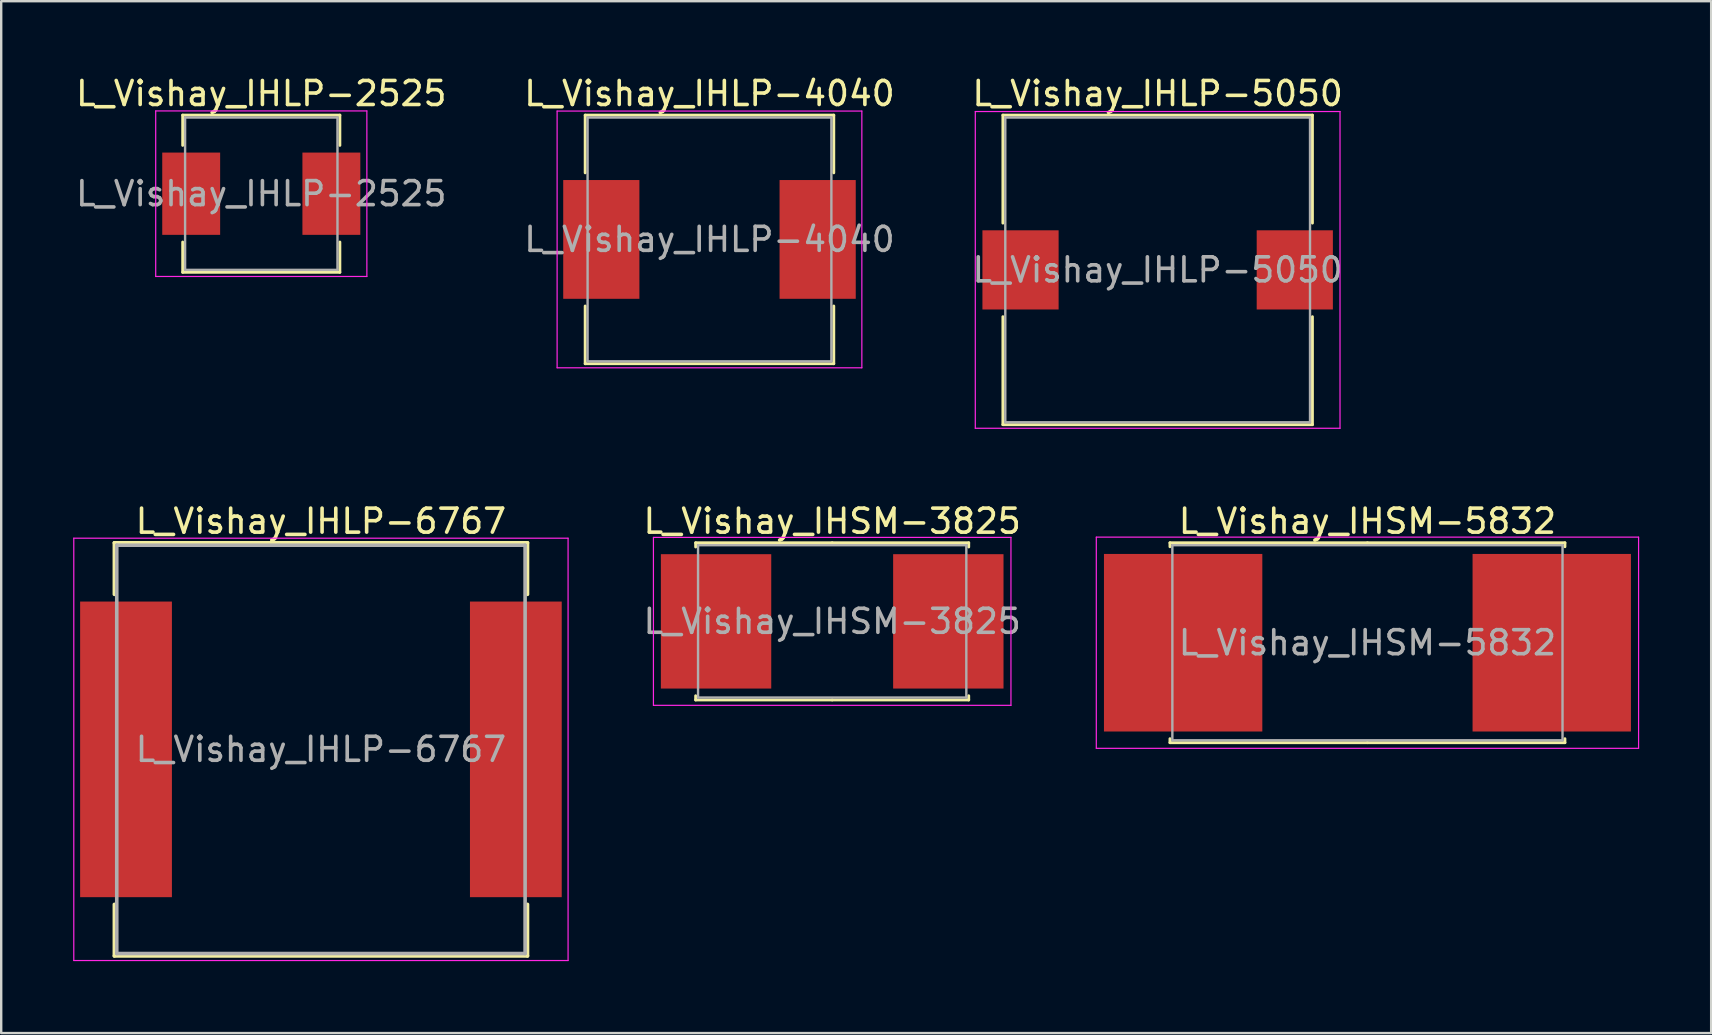
<source format=kicad_pcb>
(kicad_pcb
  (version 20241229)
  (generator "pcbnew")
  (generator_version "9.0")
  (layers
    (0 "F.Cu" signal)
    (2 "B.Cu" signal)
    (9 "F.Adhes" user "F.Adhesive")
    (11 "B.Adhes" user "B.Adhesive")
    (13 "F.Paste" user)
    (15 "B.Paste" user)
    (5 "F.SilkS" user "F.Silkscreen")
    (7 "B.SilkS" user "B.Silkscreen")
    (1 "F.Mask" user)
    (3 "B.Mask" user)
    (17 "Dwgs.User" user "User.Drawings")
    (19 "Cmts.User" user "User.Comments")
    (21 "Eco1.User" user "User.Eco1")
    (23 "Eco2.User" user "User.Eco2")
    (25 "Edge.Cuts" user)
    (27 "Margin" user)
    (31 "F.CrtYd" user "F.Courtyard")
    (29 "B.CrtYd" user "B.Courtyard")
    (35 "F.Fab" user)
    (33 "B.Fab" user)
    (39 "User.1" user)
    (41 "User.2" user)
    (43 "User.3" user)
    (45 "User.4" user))
  (footprint "L_Vishay_IHSM-5832"
    (layer "F.Cu")
    (at 53.939 23.736)
    (property "Reference" "L_Vishay_IHSM-5832" (at 0 -5.065 0) (layer "F.SilkS") (effects (font (size 1 1) (thickness 0.15))))
    (attr smd)
    (fp_line (start -8.23 -4.165) (end 0 -4.165) (stroke (width 0.12) (type solid)) (layer "F.SilkS"))
    (fp_line (start -8.23 -4) (end -8.23 -4.165) (stroke (width 0.12) (type solid)) (layer "F.SilkS"))
    (fp_line (start -8.23 4) (end -8.23 4.165) (stroke (width 0.12) (type solid)) (layer "F.SilkS"))
    (fp_line (start -8.23 4.165) (end 0 4.165) (stroke (width 0.12) (type solid)) (layer "F.SilkS"))
    (fp_line (start 8.23 -4.165) (end 0 -4.165) (stroke (width 0.12) (type solid)) (layer "F.SilkS"))
    (fp_line (start 8.23 -4) (end 8.23 -4.165) (stroke (width 0.12) (type solid)) (layer "F.SilkS"))
    (fp_line (start 8.23 4) (end 8.23 4.165) (stroke (width 0.12) (type solid)) (layer "F.SilkS"))
    (fp_line (start 8.23 4.165) (end 0 4.165) (stroke (width 0.12) (type solid)) (layer "F.SilkS"))
    (fp_line (start -11.3 -4.4) (end -11.3 4.4) (stroke (width 0.05) (type solid)) (layer "F.CrtYd"))
    (fp_line (start -11.3 4.4) (end 11.3 4.4) (stroke (width 0.05) (type solid)) (layer "F.CrtYd"))
    (fp_line (start 11.3 -4.4) (end -11.3 -4.4) (stroke (width 0.05) (type solid)) (layer "F.CrtYd"))
    (fp_line (start 11.3 4.4) (end 11.3 -4.4) (stroke (width 0.05) (type solid)) (layer "F.CrtYd"))
    (fp_line (start -8.13 -4.065) (end -8.13 4.065) (stroke (width 0.1) (type solid)) (layer "F.Fab"))
    (fp_line (start -8.13 4.065) (end 8.13 4.065) (stroke (width 0.1) (type solid)) (layer "F.Fab"))
    (fp_line (start 8.13 -4.065) (end -8.13 -4.065) (stroke (width 0.1) (type solid)) (layer "F.Fab"))
    (fp_line (start 8.13 4.065) (end 8.13 -4.065) (stroke (width 0.1) (type solid)) (layer "F.Fab"))
    (fp_text user "${REFERENCE}" (at 0 0 0) (layer "F.Fab") (effects (font (size 1 1) (thickness 0.15))))
    (pad "1" smd rect (at -7.681 0) (size 6.6 7.4) (layers "F.Cu" "F.Mask" "F.Paste"))
    (pad "2" smd rect (at 7.681 0) (size 6.6 7.4) (layers "F.Cu" "F.Mask" "F.Paste")))
  (footprint "L_Vishay_IHLP-2525"
    (layer "F.Cu")
    (at 7.839 5.023)
    (property "Reference" "L_Vishay_IHLP-2525" (at 0 -4.175 0) (layer "F.SilkS") (effects (font (size 1 1) (thickness 0.15))))
    (attr smd)
    (fp_line (start -3.275 -3.275) (end 3.275 -3.275) (stroke (width 0.12) (type solid)) (layer "F.SilkS"))
    (fp_line (start -3.275 -2.014) (end -3.275 -3.275) (stroke (width 0.12) (type solid)) (layer "F.SilkS"))
    (fp_line (start -3.275 2.014) (end -3.275 3.275) (stroke (width 0.12) (type solid)) (layer "F.SilkS"))
    (fp_line (start -3.275 3.275) (end 3.275 3.275) (stroke (width 0.12) (type solid)) (layer "F.SilkS"))
    (fp_line (start 3.275 -3.275) (end 3.275 -2.014) (stroke (width 0.12) (type solid)) (layer "F.SilkS"))
    (fp_line (start 3.275 3.275) (end 3.275 2.014) (stroke (width 0.12) (type solid)) (layer "F.SilkS"))
    (fp_line (start -4.4 -3.45) (end -4.4 3.45) (stroke (width 0.05) (type solid)) (layer "F.CrtYd"))
    (fp_line (start -4.4 3.45) (end 4.4 3.45) (stroke (width 0.05) (type solid)) (layer "F.CrtYd"))
    (fp_line (start 4.4 -3.45) (end -4.4 -3.45) (stroke (width 0.05) (type solid)) (layer "F.CrtYd"))
    (fp_line (start 4.4 3.45) (end 4.4 -3.45) (stroke (width 0.05) (type solid)) (layer "F.CrtYd"))
    (fp_line (start -3.175 -3.175) (end -3.175 3.175) (stroke (width 0.1) (type solid)) (layer "F.Fab"))
    (fp_line (start -3.175 3.175) (end 3.175 3.175) (stroke (width 0.1) (type solid)) (layer "F.Fab"))
    (fp_line (start 3.175 -3.175) (end -3.175 -3.175) (stroke (width 0.1) (type solid)) (layer "F.Fab"))
    (fp_line (start 3.175 3.175) (end 3.175 -3.175) (stroke (width 0.1) (type solid)) (layer "F.Fab"))
    (fp_text user "${REFERENCE}" (at 0 0 0) (layer "F.Fab") (effects (font (size 1 1) (thickness 0.15))))
    (pad "1" smd rect (at -2.921 0) (size 2.413 3.429) (layers "F.Cu" "F.Mask" "F.Paste"))
    (pad "2" smd rect (at 2.921 0) (size 2.413 3.429) (layers "F.Cu" "F.Mask" "F.Paste")))
  (footprint "L_Vishay_IHSM-3825"
    (layer "F.Cu")
    (at 31.632 22.846)
    (property "Reference" "L_Vishay_IHSM-3825" (at 0 -4.175 0) (layer "F.SilkS") (effects (font (size 1 1) (thickness 0.15))))
    (attr smd)
    (fp_line (start -5.69 -3.275) (end 0 -3.275) (stroke (width 0.12) (type solid)) (layer "F.SilkS"))
    (fp_line (start -5.69 -3.1) (end -5.69 -3.275) (stroke (width 0.12) (type solid)) (layer "F.SilkS"))
    (fp_line (start -5.69 3.1) (end -5.69 3.275) (stroke (width 0.12) (type solid)) (layer "F.SilkS"))
    (fp_line (start -5.69 3.275) (end 0 3.275) (stroke (width 0.12) (type solid)) (layer "F.SilkS"))
    (fp_line (start 5.69 -3.275) (end 0 -3.275) (stroke (width 0.12) (type solid)) (layer "F.SilkS"))
    (fp_line (start 5.69 -3.1) (end 5.69 -3.275) (stroke (width 0.12) (type solid)) (layer "F.SilkS"))
    (fp_line (start 5.69 3.1) (end 5.69 3.275) (stroke (width 0.12) (type solid)) (layer "F.SilkS"))
    (fp_line (start 5.69 3.275) (end 0 3.275) (stroke (width 0.12) (type solid)) (layer "F.SilkS"))
    (fp_line (start -7.45 -3.5) (end -7.45 3.5) (stroke (width 0.05) (type solid)) (layer "F.CrtYd"))
    (fp_line (start -7.45 3.5) (end 7.45 3.5) (stroke (width 0.05) (type solid)) (layer "F.CrtYd"))
    (fp_line (start 7.45 -3.5) (end -7.45 -3.5) (stroke (width 0.05) (type solid)) (layer "F.CrtYd"))
    (fp_line (start 7.45 3.5) (end 7.45 -3.5) (stroke (width 0.05) (type solid)) (layer "F.CrtYd"))
    (fp_line (start -5.59 -3.175) (end -5.59 3.175) (stroke (width 0.1) (type solid)) (layer "F.Fab"))
    (fp_line (start -5.59 3.175) (end 5.59 3.175) (stroke (width 0.1) (type solid)) (layer "F.Fab"))
    (fp_line (start 5.59 -3.175) (end -5.59 -3.175) (stroke (width 0.1) (type solid)) (layer "F.Fab"))
    (fp_line (start 5.59 3.175) (end 5.59 -3.175) (stroke (width 0.1) (type solid)) (layer "F.Fab"))
    (fp_text user "${REFERENCE}" (at 0 0 0) (layer "F.Fab") (effects (font (size 1 1) (thickness 0.15))))
    (pad "1" smd rect (at -4.84 0) (size 4.6 5.6) (layers "F.Cu" "F.Mask" "F.Paste"))
    (pad "2" smd rect (at 4.84 0) (size 4.6 5.6) (layers "F.Cu" "F.Mask" "F.Paste")))
  (footprint "L_Vishay_IHLP-5050"
    (layer "F.Cu")
    (at 45.196 8.198)
    (property "Reference" "L_Vishay_IHLP-5050" (at 0 -7.35 0) (layer "F.SilkS") (effects (font (size 1 1) (thickness 0.15))))
    (attr smd)
    (fp_line (start -6.45 -6.45) (end 6.45 -6.45) (stroke (width 0.12) (type solid)) (layer "F.SilkS"))
    (fp_line (start -6.45 -1.95) (end -6.45 -6.45) (stroke (width 0.12) (type solid)) (layer "F.SilkS"))
    (fp_line (start -6.45 1.95) (end -6.45 6.45) (stroke (width 0.12) (type solid)) (layer "F.SilkS"))
    (fp_line (start -6.45 6.45) (end 6.45 6.45) (stroke (width 0.12) (type solid)) (layer "F.SilkS"))
    (fp_line (start 6.45 -6.45) (end 6.45 -1.95) (stroke (width 0.12) (type solid)) (layer "F.SilkS"))
    (fp_line (start 6.45 6.45) (end 6.45 1.95) (stroke (width 0.12) (type solid)) (layer "F.SilkS"))
    (fp_line (start -7.6 -6.6) (end -7.6 6.6) (stroke (width 0.05) (type solid)) (layer "F.CrtYd"))
    (fp_line (start -7.6 6.6) (end 7.6 6.6) (stroke (width 0.05) (type solid)) (layer "F.CrtYd"))
    (fp_line (start 7.6 -6.6) (end -7.6 -6.6) (stroke (width 0.05) (type solid)) (layer "F.CrtYd"))
    (fp_line (start 7.6 6.6) (end 7.6 -6.6) (stroke (width 0.05) (type solid)) (layer "F.CrtYd"))
    (fp_line (start -6.35 -6.35) (end -6.35 6.35) (stroke (width 0.1) (type solid)) (layer "F.Fab"))
    (fp_line (start -6.35 6.35) (end 6.35 6.35) (stroke (width 0.1) (type solid)) (layer "F.Fab"))
    (fp_line (start 6.35 -6.35) (end -6.35 -6.35) (stroke (width 0.1) (type solid)) (layer "F.Fab"))
    (fp_line (start 6.35 6.35) (end 6.35 -6.35) (stroke (width 0.1) (type solid)) (layer "F.Fab"))
    (fp_text user "${REFERENCE}" (at 0 0 0) (layer "F.Fab") (effects (font (size 1 1) (thickness 0.15))))
    (pad "1" smd rect (at -5.715 0) (size 3.175 3.3) (layers "F.Cu" "F.Mask" "F.Paste"))
    (pad "2" smd rect (at 5.715 0) (size 3.175 3.3) (layers "F.Cu" "F.Mask" "F.Paste")))
  (footprint "L_Vishay_IHLP-4040"
    (layer "F.Cu")
    (at 26.518 6.928)
    (property "Reference" "L_Vishay_IHLP-4040" (at 0 -6.08 0) (layer "F.SilkS") (effects (font (size 1 1) (thickness 0.15))))
    (attr smd)
    (fp_line (start -5.18 -5.18) (end 5.18 -5.18) (stroke (width 0.12) (type solid)) (layer "F.SilkS"))
    (fp_line (start -5.18 -2.775) (end -5.18 -5.18) (stroke (width 0.12) (type solid)) (layer "F.SilkS"))
    (fp_line (start -5.18 2.775) (end -5.18 5.18) (stroke (width 0.12) (type solid)) (layer "F.SilkS"))
    (fp_line (start -5.18 5.18) (end 5.18 5.18) (stroke (width 0.12) (type solid)) (layer "F.SilkS"))
    (fp_line (start 5.18 -5.18) (end 5.18 -2.775) (stroke (width 0.12) (type solid)) (layer "F.SilkS"))
    (fp_line (start 5.18 5.18) (end 5.18 2.775) (stroke (width 0.12) (type solid)) (layer "F.SilkS"))
    (fp_line (start -6.35 -5.35) (end -6.35 5.35) (stroke (width 0.05) (type solid)) (layer "F.CrtYd"))
    (fp_line (start -6.35 5.35) (end 6.35 5.35) (stroke (width 0.05) (type solid)) (layer "F.CrtYd"))
    (fp_line (start 6.35 -5.35) (end -6.35 -5.35) (stroke (width 0.05) (type solid)) (layer "F.CrtYd"))
    (fp_line (start 6.35 5.35) (end 6.35 -5.35) (stroke (width 0.05) (type solid)) (layer "F.CrtYd"))
    (fp_line (start -5.08 -5.08) (end -5.08 5.08) (stroke (width 0.1) (type solid)) (layer "F.Fab"))
    (fp_line (start -5.08 5.08) (end 5.08 5.08) (stroke (width 0.1) (type solid)) (layer "F.Fab"))
    (fp_line (start 5.08 -5.08) (end -5.08 -5.08) (stroke (width 0.1) (type solid)) (layer "F.Fab"))
    (fp_line (start 5.08 5.08) (end 5.08 -5.08) (stroke (width 0.1) (type solid)) (layer "F.Fab"))
    (fp_text user "${REFERENCE}" (at 0 0 0) (layer "F.Fab") (effects (font (size 1 1) (thickness 0.15))))
    (pad "1" smd rect (at -4.508 0) (size 3.175 4.95) (layers "F.Cu" "F.Mask" "F.Paste"))
    (pad "2" smd rect (at 4.508 0) (size 3.175 4.95) (layers "F.Cu" "F.Mask" "F.Paste")))
  (footprint "L_Vishay_IHLP-6767"
    (layer "F.Cu")
    (at 10.325 28.18)
    (property "Reference" "L_Vishay_IHLP-6767" (at 0 -9.509 0) (layer "F.SilkS") (effects (font (size 1 1) (thickness 0.15))))
    (attr smd)
    (fp_line (start -8.609 -8.609) (end 8.609 -8.609) (stroke (width 0.15) (type solid)) (layer "F.SilkS"))
    (fp_line (start -8.609 -6.46) (end -8.609 -8.609) (stroke (width 0.15) (type solid)) (layer "F.SilkS"))
    (fp_line (start -8.609 6.46) (end -8.609 8.609) (stroke (width 0.15) (type solid)) (layer "F.SilkS"))
    (fp_line (start -8.609 8.609) (end 8.609 8.609) (stroke (width 0.15) (type solid)) (layer "F.SilkS"))
    (fp_line (start 8.609 -8.609) (end 8.609 -6.46) (stroke (width 0.15) (type solid)) (layer "F.SilkS"))
    (fp_line (start 8.609 8.609) (end 8.609 6.46) (stroke (width 0.15) (type solid)) (layer "F.SilkS"))
    (fp_line (start -10.3 -8.8) (end -10.3 8.8) (stroke (width 0.05) (type solid)) (layer "F.CrtYd"))
    (fp_line (start -10.3 8.8) (end 10.3 8.8) (stroke (width 0.05) (type solid)) (layer "F.CrtYd"))
    (fp_line (start 10.3 -8.8) (end -10.3 -8.8) (stroke (width 0.05) (type solid)) (layer "F.CrtYd"))
    (fp_line (start 10.3 8.8) (end 10.3 -8.8) (stroke (width 0.05) (type solid)) (layer "F.CrtYd"))
    (fp_line (start -8.509 -8.509) (end -8.509 8.509) (stroke (width 0.15) (type solid)) (layer "F.Fab"))
    (fp_line (start -8.509 8.509) (end 8.509 8.509) (stroke (width 0.15) (type solid)) (layer "F.Fab"))
    (fp_line (start 8.509 -8.509) (end -8.509 -8.509) (stroke (width 0.15) (type solid)) (layer "F.Fab"))
    (fp_line (start 8.509 8.509) (end 8.509 -8.509) (stroke (width 0.15) (type solid)) (layer "F.Fab"))
    (fp_text user "${REFERENCE}" (at 0 0 0) (layer "F.Fab") (effects (font (size 1 1) (thickness 0.15))))
    (pad "1" smd rect (at -8.123 0) (size 3.825 12.32) (layers "F.Cu" "F.Mask" "F.Paste"))
    (pad "2" smd rect (at 8.123 0) (size 3.825 12.32) (layers "F.Cu" "F.Mask" "F.Paste")))
  (gr_rect
    (start -3 -3)
    (end 68.264 40.005)
    (stroke (width 0.1) (type default))
    (fill no)
    (layer "Edge.Cuts")))
</source>
